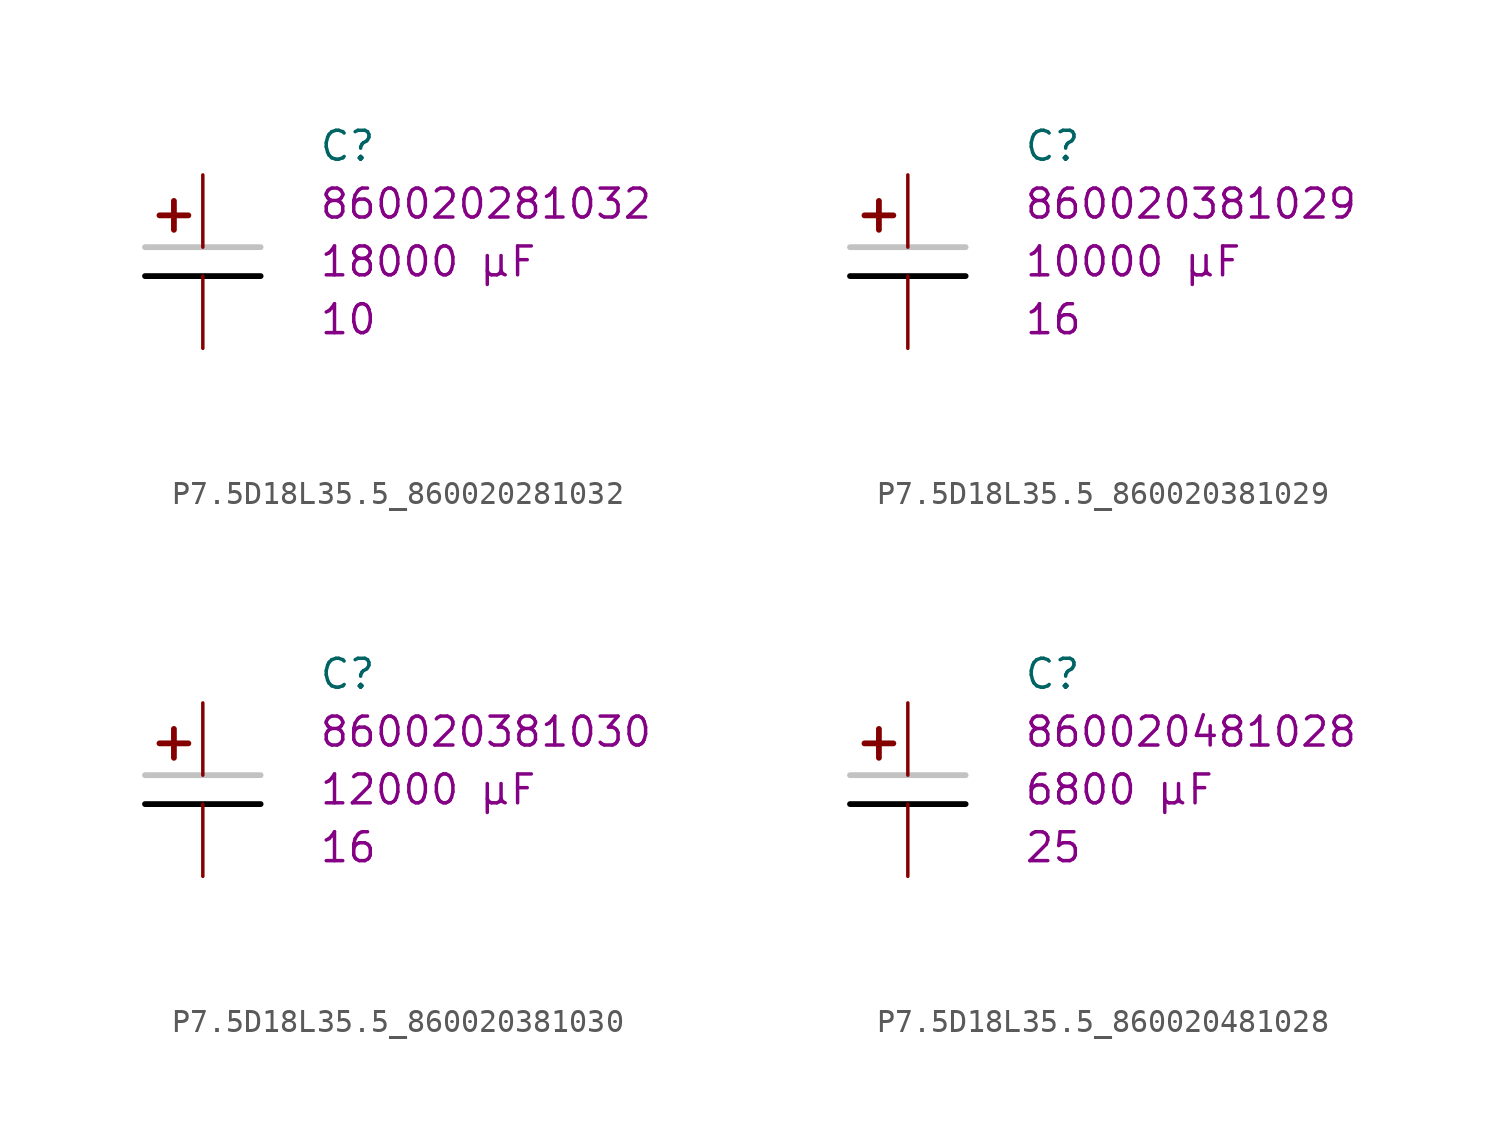
<source format=kicad_sym>
(kicad_symbol_lib
  (version 20220914)
  (generator kicad_symbol_editor)
  (symbol "P7.5D18L35.5_860020281032"
    (pin_numbers hide)
    (pin_names hide)
    (property "Reference" "C"
      (at 5.08 5.08 0)
      (effects (font (size 1.27 1.27)) (justify left)))
    (property "Part Number" "860020281032"
      (at 5.08 2.54 0)
      (effects (font (size 1.27 1.27)) (justify left)))
    (property "Capacitance" "18000 µF"
      (at 5.08 0 0)
      (effects (font (size 1.27 1.27)) (justify left)))
    (property "Voltage" "10"
      (at 5.08 -2.54 0)
      (effects (font (size 1.27 1.27)) (justify left)))
    (property "Critical Parameter" ""
      (at 0 -7.62 0)
      (effects (font (size 1.27 1.27))))
    (symbol "P7.5D18L35.5_860020281032_1_1"
      (polyline (pts (xy -1.27 2.667) (xy -1.27 1.397)) (stroke (width 0.254) (type default)) (fill (type none)))
      (polyline (pts (xy -0.635 2.032) (xy -1.905 2.032)) (stroke (width 0.254) (type default)) (fill (type none)))
      (polyline (pts (xy 2.54 -0.635) (xy -2.54 -0.635)) (stroke (width 0.254) (type default) (color 0 0 0 1)) (fill (type none)))
      (polyline (pts (xy 2.54 0.635) (xy -2.54 0.635)) (stroke (width 0.254) (type default) (color 194 194 194 1)) (fill (type none)))
      (pin passive line (at 0 3.81 270) (length 3.175) (name "1" (effects (font (size 1.27 1.27)))) (number "1" (effects (font (size 1.27 1.27)))))
      (pin passive line (at 0 -3.81 90) (length 3.175) (name "2" (effects (font (size 1.27 1.27)))) (number "2" (effects (font (size 1.27 1.27)))))))
  (symbol "P7.5D18L35.5_860020381029"
    (pin_numbers hide)
    (pin_names hide)
    (property "Reference" "C"
      (at 5.08 5.08 0)
      (effects (font (size 1.27 1.27)) (justify left)))
    (property "Part Number" "860020381029"
      (at 5.08 2.54 0)
      (effects (font (size 1.27 1.27)) (justify left)))
    (property "Capacitance" "10000 µF"
      (at 5.08 0 0)
      (effects (font (size 1.27 1.27)) (justify left)))
    (property "Voltage" "16"
      (at 5.08 -2.54 0)
      (effects (font (size 1.27 1.27)) (justify left)))
    (property "Critical Parameter" ""
      (at 0 -7.62 0)
      (effects (font (size 1.27 1.27))))
    (symbol "P7.5D18L35.5_860020381029_1_1"
      (polyline (pts (xy -1.27 2.667) (xy -1.27 1.397)) (stroke (width 0.254) (type default)) (fill (type none)))
      (polyline (pts (xy -0.635 2.032) (xy -1.905 2.032)) (stroke (width 0.254) (type default)) (fill (type none)))
      (polyline (pts (xy 2.54 -0.635) (xy -2.54 -0.635)) (stroke (width 0.254) (type default) (color 0 0 0 1)) (fill (type none)))
      (polyline (pts (xy 2.54 0.635) (xy -2.54 0.635)) (stroke (width 0.254) (type default) (color 194 194 194 1)) (fill (type none)))
      (pin passive line (at 0 3.81 270) (length 3.175) (name "1" (effects (font (size 1.27 1.27)))) (number "1" (effects (font (size 1.27 1.27)))))
      (pin passive line (at 0 -3.81 90) (length 3.175) (name "2" (effects (font (size 1.27 1.27)))) (number "2" (effects (font (size 1.27 1.27)))))))
  (symbol "P7.5D18L35.5_860020381030"
    (pin_numbers hide)
    (pin_names hide)
    (property "Reference" "C"
      (at 5.08 5.08 0)
      (effects (font (size 1.27 1.27)) (justify left)))
    (property "Part Number" "860020381030"
      (at 5.08 2.54 0)
      (effects (font (size 1.27 1.27)) (justify left)))
    (property "Capacitance" "12000 µF"
      (at 5.08 0 0)
      (effects (font (size 1.27 1.27)) (justify left)))
    (property "Voltage" "16"
      (at 5.08 -2.54 0)
      (effects (font (size 1.27 1.27)) (justify left)))
    (property "Critical Parameter" ""
      (at 0 -7.62 0)
      (effects (font (size 1.27 1.27))))
    (symbol "P7.5D18L35.5_860020381030_1_1"
      (polyline (pts (xy -1.27 2.667) (xy -1.27 1.397)) (stroke (width 0.254) (type default)) (fill (type none)))
      (polyline (pts (xy -0.635 2.032) (xy -1.905 2.032)) (stroke (width 0.254) (type default)) (fill (type none)))
      (polyline (pts (xy 2.54 -0.635) (xy -2.54 -0.635)) (stroke (width 0.254) (type default) (color 0 0 0 1)) (fill (type none)))
      (polyline (pts (xy 2.54 0.635) (xy -2.54 0.635)) (stroke (width 0.254) (type default) (color 194 194 194 1)) (fill (type none)))
      (pin passive line (at 0 3.81 270) (length 3.175) (name "1" (effects (font (size 1.27 1.27)))) (number "1" (effects (font (size 1.27 1.27)))))
      (pin passive line (at 0 -3.81 90) (length 3.175) (name "2" (effects (font (size 1.27 1.27)))) (number "2" (effects (font (size 1.27 1.27)))))))
  (symbol "P7.5D18L35.5_860020481028"
    (pin_numbers hide)
    (pin_names hide)
    (property "Reference" "C"
      (at 5.08 5.08 0)
      (effects (font (size 1.27 1.27)) (justify left)))
    (property "Part Number" "860020481028"
      (at 5.08 2.54 0)
      (effects (font (size 1.27 1.27)) (justify left)))
    (property "Capacitance" "6800 µF"
      (at 5.08 0 0)
      (effects (font (size 1.27 1.27)) (justify left)))
    (property "Voltage" "25"
      (at 5.08 -2.54 0)
      (effects (font (size 1.27 1.27)) (justify left)))
    (property "Critical Parameter" ""
      (at 0 -7.62 0)
      (effects (font (size 1.27 1.27))))
    (symbol "P7.5D18L35.5_860020481028_1_1"
      (polyline (pts (xy -1.27 2.667) (xy -1.27 1.397)) (stroke (width 0.254) (type default)) (fill (type none)))
      (polyline (pts (xy -0.635 2.032) (xy -1.905 2.032)) (stroke (width 0.254) (type default)) (fill (type none)))
      (polyline (pts (xy 2.54 -0.635) (xy -2.54 -0.635)) (stroke (width 0.254) (type default) (color 0 0 0 1)) (fill (type none)))
      (polyline (pts (xy 2.54 0.635) (xy -2.54 0.635)) (stroke (width 0.254) (type default) (color 194 194 194 1)) (fill (type none)))
      (pin passive line (at 0 3.81 270) (length 3.175) (name "1" (effects (font (size 1.27 1.27)))) (number "1" (effects (font (size 1.27 1.27)))))
      (pin passive line (at 0 -3.81 90) (length 3.175) (name "2" (effects (font (size 1.27 1.27)))) (number "2" (effects (font (size 1.27 1.27))))))))
</source>
